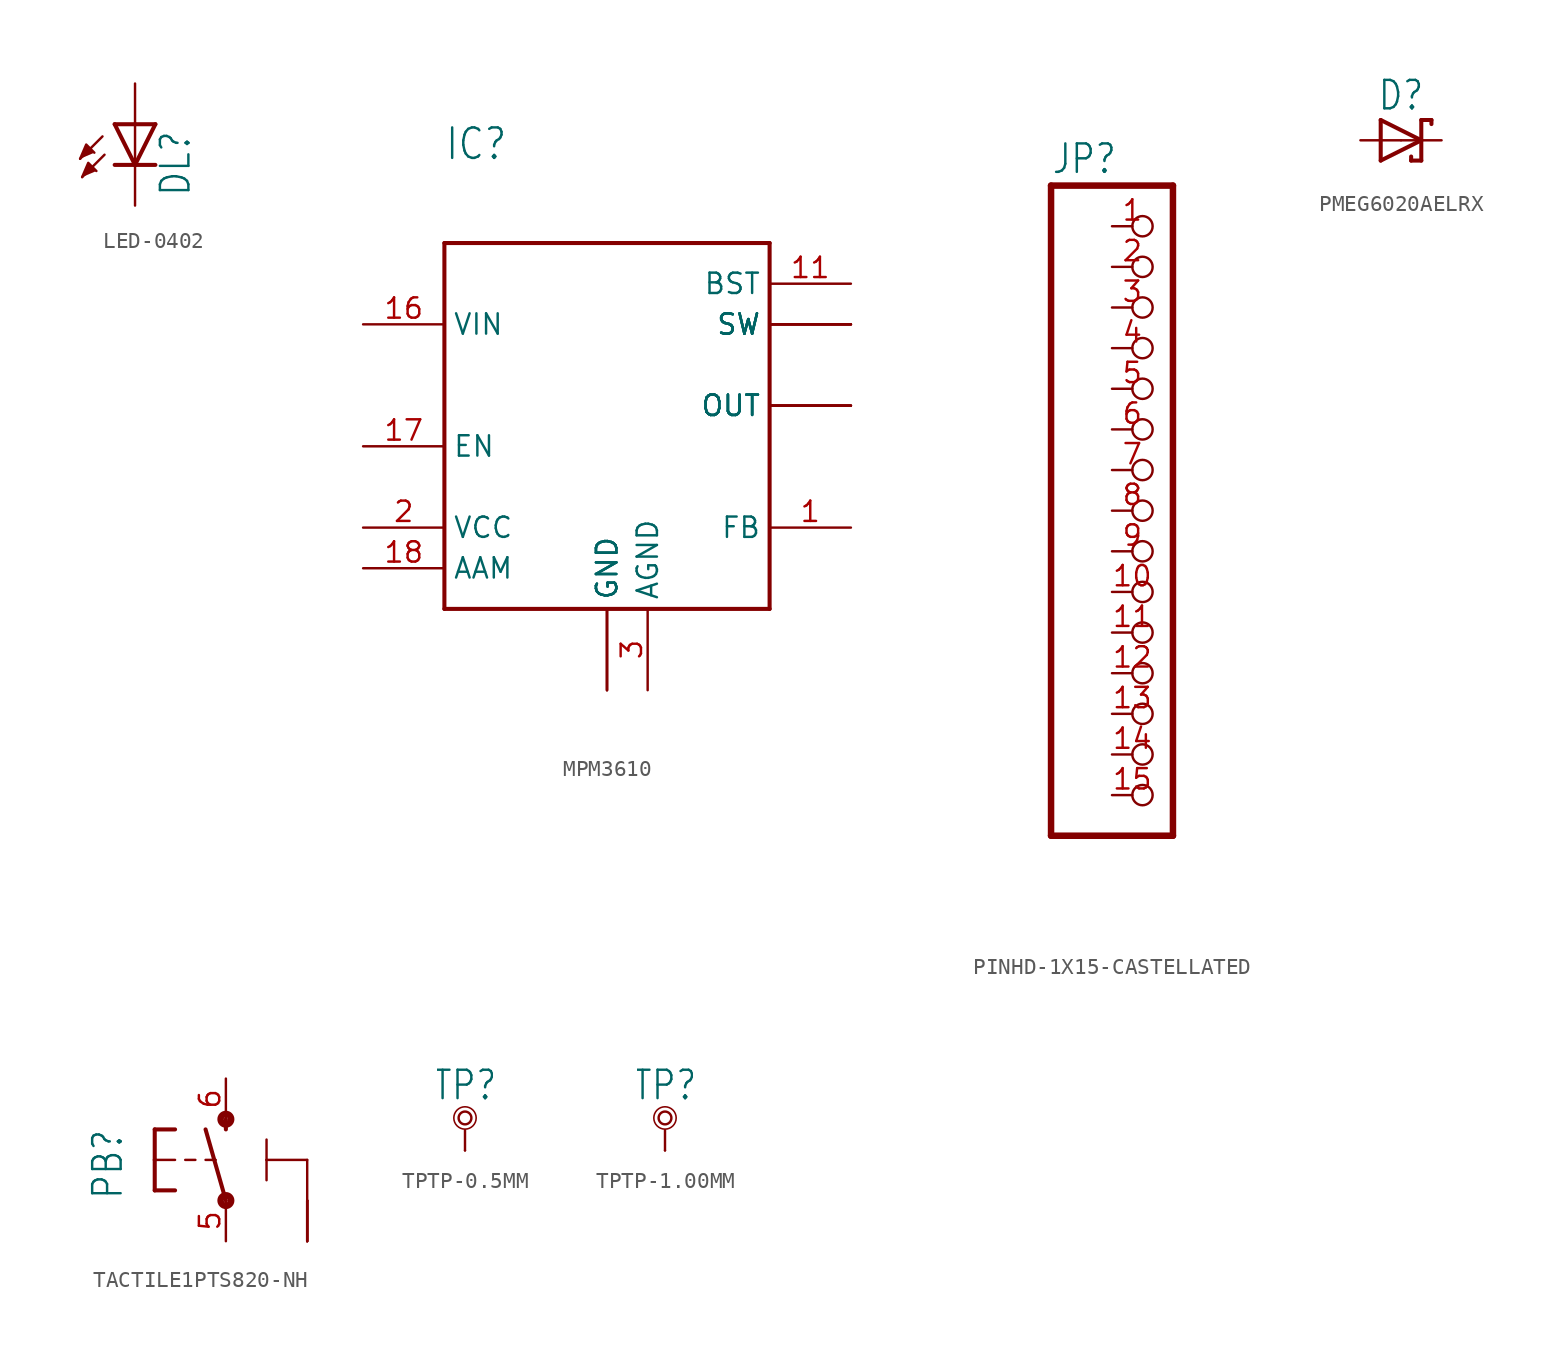
<source format=kicad_sym>
(kicad_symbol_lib
  (version 20231120)
  (generator "kicad_symbol_editor")
  (generator_version "8.0")
  (symbol "LED-0402"
    (property "Reference" "DL"
      (at 3.556 -4.572 90)
      (effects (font (size 1.778 1.511)) (justify left bottom)))
    (property "Value" ""
      (at 5.715 -4.572 90)
      (effects (font (size 1.778 1.511)) (justify left bottom)))
    (property "ki_locked" ""
      (at 0 0 0)
      (effects (font (size 1.27 1.27))))
    (symbol "LED-0402_1_0"
      (polyline (pts (xy -2.032 -0.762) (xy -3.429 -2.159)) (stroke (width 0.152) (type solid)) (fill (type none)))
      (polyline (pts (xy -1.905 -1.905) (xy -3.302 -3.302)) (stroke (width 0.152) (type solid)) (fill (type none)))
      (polyline (pts (xy 0 -2.54) (xy -1.27 -2.54)) (stroke (width 0.254) (type solid)) (fill (type none)))
      (polyline (pts (xy 0 -2.54) (xy -1.27 0)) (stroke (width 0.254) (type solid)) (fill (type none)))
      (polyline (pts (xy 0 0) (xy -1.27 0)) (stroke (width 0.254) (type solid)) (fill (type none)))
      (polyline (pts (xy 0 0) (xy 0 -2.54)) (stroke (width 0.152) (type solid)) (fill (type none)))
      (polyline (pts (xy 1.27 -2.54) (xy 0 -2.54)) (stroke (width 0.254) (type solid)) (fill (type none)))
      (polyline (pts (xy 1.27 0) (xy 0 -2.54)) (stroke (width 0.254) (type solid)) (fill (type none)))
      (polyline (pts (xy 1.27 0) (xy 0 0)) (stroke (width 0.254) (type solid)) (fill (type none)))
      (polyline (pts (xy -3.429 -2.159) (xy -3.048 -1.27) (xy -2.54 -1.778)) (stroke (width 0.152) (type solid)) (fill (type outline)))
      (polyline (pts (xy -3.302 -3.302) (xy -2.921 -2.413) (xy -2.413 -2.921)) (stroke (width 0.152) (type solid)) (fill (type outline)))
      (pin passive line (at 0 2.54 270) (length 2.54) (name "A" (effects (font (size 0 0)))) (number "A" (effects (font (size 0 0)))))
      (pin passive line (at 0 -5.08 90) (length 2.54) (name "C" (effects (font (size 0 0)))) (number "C" (effects (font (size 0 0)))))))
  (symbol "MPM3610"
    (property "Reference" "IC"
      (at -10.16 15.24 0)
      (effects (font (size 1.905 1.619)) (justify left bottom)))
    (property "Value" ""
      (at -10.16 12.7 0)
      (effects (font (size 1.905 1.619)) (justify left bottom)))
    (property "ki_locked" ""
      (at 0 0 0)
      (effects (font (size 1.27 1.27))))
    (symbol "MPM3610_1_0"
      (polyline (pts (xy -10.16 -12.7) (xy 10.16 -12.7)) (stroke (width 0.254) (type solid)) (fill (type none)))
      (polyline (pts (xy -10.16 10.16) (xy -10.16 -12.7)) (stroke (width 0.254) (type solid)) (fill (type none)))
      (polyline (pts (xy 10.16 -12.7) (xy 10.16 10.16)) (stroke (width 0.254) (type solid)) (fill (type none)))
      (polyline (pts (xy 10.16 10.16) (xy -10.16 10.16)) (stroke (width 0.254) (type solid)) (fill (type none)))
      (pin bidirectional line (at 15.24 -7.62 180) (length 5.08) (name "FB" (effects (font (size 1.27 1.27)))) (number "1" (effects (font (size 1.27 1.27)))))
      (pin bidirectional line (at 15.24 7.62 180) (length 5.08) (name "BST" (effects (font (size 1.27 1.27)))) (number "11" (effects (font (size 1.27 1.27)))))
      (pin bidirectional line (at 0 -17.78 90) (length 5.08) (name "GND" (effects (font (size 1.27 1.27)))) (number "12" (effects (font (size 0 0)))))
      (pin bidirectional line (at 0 -17.78 90) (length 5.08) (name "GND" (effects (font (size 1.27 1.27)))) (number "13" (effects (font (size 0 0)))))
      (pin bidirectional line (at 0 -17.78 90) (length 5.08) (name "GND" (effects (font (size 1.27 1.27)))) (number "14" (effects (font (size 0 0)))))
      (pin bidirectional line (at -15.24 5.08 0) (length 5.08) (name "VIN" (effects (font (size 1.27 1.27)))) (number "16" (effects (font (size 1.27 1.27)))))
      (pin bidirectional line (at -15.24 -2.54 0) (length 5.08) (name "EN" (effects (font (size 1.27 1.27)))) (number "17" (effects (font (size 1.27 1.27)))))
      (pin bidirectional line (at -15.24 -10.16 0) (length 5.08) (name "AAM" (effects (font (size 1.27 1.27)))) (number "18" (effects (font (size 1.27 1.27)))))
      (pin bidirectional line (at 15.24 5.08 180) (length 5.08) (name "SW" (effects (font (size 1.27 1.27)))) (number "19" (effects (font (size 0 0)))))
      (pin bidirectional line (at -15.24 -7.62 0) (length 5.08) (name "VCC" (effects (font (size 1.27 1.27)))) (number "2" (effects (font (size 1.27 1.27)))))
      (pin bidirectional line (at 15.24 0 180) (length 5.08) (name "OUT" (effects (font (size 1.27 1.27)))) (number "20" (effects (font (size 0 0)))))
      (pin bidirectional line (at 2.54 -17.78 90) (length 5.08) (name "AGND" (effects (font (size 1.27 1.27)))) (number "3" (effects (font (size 1.27 1.27)))))
      (pin bidirectional line (at 15.24 5.08 180) (length 5.08) (name "SW" (effects (font (size 1.27 1.27)))) (number "4" (effects (font (size 0 0)))))
      (pin bidirectional line (at 15.24 5.08 180) (length 5.08) (name "SW" (effects (font (size 1.27 1.27)))) (number "5" (effects (font (size 0 0)))))
      (pin bidirectional line (at 15.24 5.08 180) (length 5.08) (name "SW" (effects (font (size 1.27 1.27)))) (number "6" (effects (font (size 0 0)))))
      (pin bidirectional line (at 15.24 0 180) (length 5.08) (name "OUT" (effects (font (size 1.27 1.27)))) (number "7" (effects (font (size 0 0)))))
      (pin bidirectional line (at 15.24 0 180) (length 5.08) (name "OUT" (effects (font (size 1.27 1.27)))) (number "8" (effects (font (size 0 0)))))
      (pin bidirectional line (at 15.24 0 180) (length 5.08) (name "OUT" (effects (font (size 1.27 1.27)))) (number "9" (effects (font (size 0 0)))))))
  (symbol "PINHD-1X15-CASTELLATED"
    (property "Reference" "JP"
      (at -6.35 20.955 0)
      (effects (font (size 1.778 1.511)) (justify left bottom)))
    (property "Value" ""
      (at -6.35 -22.86 0)
      (effects (font (size 1.778 1.511)) (justify left bottom)))
    (property "ki_locked" ""
      (at 0 0 0)
      (effects (font (size 1.27 1.27))))
    (symbol "PINHD-1X15-CASTELLATED_1_0"
      (polyline (pts (xy -6.35 -20.32) (xy 1.27 -20.32)) (stroke (width 0.406) (type solid)) (fill (type none)))
      (polyline (pts (xy -6.35 20.32) (xy -6.35 -20.32)) (stroke (width 0.406) (type solid)) (fill (type none)))
      (polyline (pts (xy 1.27 -20.32) (xy 1.27 20.32)) (stroke (width 0.406) (type solid)) (fill (type none)))
      (polyline (pts (xy 1.27 20.32) (xy -6.35 20.32)) (stroke (width 0.406) (type solid)) (fill (type none)))
      (pin passive inverted (at -2.54 17.78 0) (length 2.54) (name "1" (effects (font (size 0 0)))) (number "1" (effects (font (size 1.27 1.27)))))
      (pin passive inverted (at -2.54 -5.08 0) (length 2.54) (name "10" (effects (font (size 0 0)))) (number "10" (effects (font (size 1.27 1.27)))))
      (pin passive inverted (at -2.54 -7.62 0) (length 2.54) (name "11" (effects (font (size 0 0)))) (number "11" (effects (font (size 1.27 1.27)))))
      (pin passive inverted (at -2.54 -10.16 0) (length 2.54) (name "12" (effects (font (size 0 0)))) (number "12" (effects (font (size 1.27 1.27)))))
      (pin passive inverted (at -2.54 -12.7 0) (length 2.54) (name "13" (effects (font (size 0 0)))) (number "13" (effects (font (size 1.27 1.27)))))
      (pin passive inverted (at -2.54 -15.24 0) (length 2.54) (name "14" (effects (font (size 0 0)))) (number "14" (effects (font (size 1.27 1.27)))))
      (pin passive inverted (at -2.54 -17.78 0) (length 2.54) (name "15" (effects (font (size 0 0)))) (number "15" (effects (font (size 1.27 1.27)))))
      (pin passive inverted (at -2.54 15.24 0) (length 2.54) (name "2" (effects (font (size 0 0)))) (number "2" (effects (font (size 1.27 1.27)))))
      (pin passive inverted (at -2.54 12.7 0) (length 2.54) (name "3" (effects (font (size 0 0)))) (number "3" (effects (font (size 1.27 1.27)))))
      (pin passive inverted (at -2.54 10.16 0) (length 2.54) (name "4" (effects (font (size 0 0)))) (number "4" (effects (font (size 1.27 1.27)))))
      (pin passive inverted (at -2.54 7.62 0) (length 2.54) (name "5" (effects (font (size 0 0)))) (number "5" (effects (font (size 1.27 1.27)))))
      (pin passive inverted (at -2.54 5.08 0) (length 2.54) (name "6" (effects (font (size 0 0)))) (number "6" (effects (font (size 1.27 1.27)))))
      (pin passive inverted (at -2.54 2.54 0) (length 2.54) (name "7" (effects (font (size 0 0)))) (number "7" (effects (font (size 1.27 1.27)))))
      (pin passive inverted (at -2.54 0 0) (length 2.54) (name "8" (effects (font (size 0 0)))) (number "8" (effects (font (size 1.27 1.27)))))
      (pin passive inverted (at -2.54 -2.54 0) (length 2.54) (name "9" (effects (font (size 0 0)))) (number "9" (effects (font (size 1.27 1.27)))))))
  (symbol "PMEG6020AELRX"
    (property "Reference" "D"
      (at 0 1.778 0)
      (effects (font (size 1.778 1.511)) (justify bottom)))
    (property "Value" ""
      (at 0 -1.778 0)
      (effects (font (size 1.778 1.511)) (justify top)))
    (property "ki_locked" ""
      (at 0 0 0)
      (effects (font (size 1.27 1.27))))
    (symbol "PMEG6020AELRX_1_0"
      (polyline (pts (xy -1.27 -1.27) (xy 1.27 0)) (stroke (width 0.254) (type solid)) (fill (type none)))
      (polyline (pts (xy -1.27 1.27) (xy -1.27 -1.27)) (stroke (width 0.254) (type solid)) (fill (type none)))
      (polyline (pts (xy 0.635 -1.016) (xy 0.635 -1.27)) (stroke (width 0.254) (type solid)) (fill (type none)))
      (polyline (pts (xy 1.27 -1.27) (xy 0.635 -1.27)) (stroke (width 0.254) (type solid)) (fill (type none)))
      (polyline (pts (xy 1.27 0) (xy -1.27 1.27)) (stroke (width 0.254) (type solid)) (fill (type none)))
      (polyline (pts (xy 1.27 0) (xy 1.27 -1.27)) (stroke (width 0.254) (type solid)) (fill (type none)))
      (polyline (pts (xy 1.27 1.27) (xy 1.27 0)) (stroke (width 0.254) (type solid)) (fill (type none)))
      (polyline (pts (xy 1.905 1.27) (xy 1.27 1.27)) (stroke (width 0.254) (type solid)) (fill (type none)))
      (polyline (pts (xy 1.905 1.27) (xy 1.905 1.016)) (stroke (width 0.254) (type solid)) (fill (type none)))
      (pin passive line (at -2.54 0 0) (length 2.54) (name "A" (effects (font (size 0 0)))) (number "A" (effects (font (size 0 0)))))
      (pin passive line (at 2.54 0 180) (length 2.54) (name "C" (effects (font (size 0 0)))) (number "C" (effects (font (size 0 0)))))))
  (symbol "TACTILE1PTS820-NH"
    (property "Reference" "PB"
      (at -6.35 -2.54 90)
      (effects (font (size 1.778 1.511)) (justify left bottom)))
    (property "ki_locked" ""
      (at 0 0 0)
      (effects (font (size 1.27 1.27))))
    (symbol "TACTILE1PTS820-NH_1_0"
      (circle (center 0 -2.54) (radius 0.127) (stroke (width 0.406) (type solid)) (fill (type none)))
      (polyline (pts (xy -4.445 -1.905) (xy -3.175 -1.905)) (stroke (width 0.254) (type solid)) (fill (type none)))
      (polyline (pts (xy -4.445 0) (xy -4.445 -1.905)) (stroke (width 0.254) (type solid)) (fill (type none)))
      (polyline (pts (xy -4.445 0) (xy -3.175 0)) (stroke (width 0.152) (type solid)) (fill (type none)))
      (polyline (pts (xy -4.445 1.905) (xy -4.445 0)) (stroke (width 0.254) (type solid)) (fill (type none)))
      (polyline (pts (xy -4.445 1.905) (xy -3.175 1.905)) (stroke (width 0.254) (type solid)) (fill (type none)))
      (polyline (pts (xy -2.54 0) (xy -1.905 0)) (stroke (width 0.152) (type solid)) (fill (type none)))
      (polyline (pts (xy -1.27 0) (xy -0.635 0)) (stroke (width 0.152) (type solid)) (fill (type none)))
      (polyline (pts (xy 0 -2.54) (xy -1.27 1.905)) (stroke (width 0.254) (type solid)) (fill (type none)))
      (polyline (pts (xy 0 1.905) (xy 0 2.54)) (stroke (width 0.254) (type solid)) (fill (type none)))
      (polyline (pts (xy 2.54 0) (xy 2.54 -1.27)) (stroke (width 0.152) (type solid)) (fill (type none)))
      (polyline (pts (xy 2.54 0) (xy 2.54 1.27)) (stroke (width 0.152) (type solid)) (fill (type none)))
      (polyline (pts (xy 5.08 -2.54) (xy 5.08 0)) (stroke (width 0.152) (type solid)) (fill (type none)))
      (polyline (pts (xy 5.08 0) (xy 2.54 0)) (stroke (width 0.152) (type solid)) (fill (type none)))
      (circle (center 0 2.54) (radius 0.127) (stroke (width 0.406) (type solid)) (fill (type none)))
      (pin power_in line (at 5.08 -5.08 90) (length 2.54) (name "3" (effects (font (size 0 0)))) (number "1" (effects (font (size 0 0)))))
      (pin power_in line (at 5.08 -5.08 90) (length 2.54) (name "3" (effects (font (size 0 0)))) (number "2" (effects (font (size 0 0)))))
      (pin power_in line (at 5.08 -5.08 90) (length 2.54) (name "3" (effects (font (size 0 0)))) (number "3" (effects (font (size 0 0)))))
      (pin power_in line (at 5.08 -5.08 90) (length 2.54) (name "3" (effects (font (size 0 0)))) (number "4" (effects (font (size 0 0)))))
      (pin passive line (at 0 -5.08 90) (length 2.54) (name "1" (effects (font (size 0 0)))) (number "5" (effects (font (size 1.27 1.27)))))
      (pin passive line (at 0 5.08 270) (length 2.54) (name "2" (effects (font (size 0 0)))) (number "6" (effects (font (size 1.27 1.27)))))))
  (symbol "TPTP-0.5MM"
    (property "Reference" "TP"
      (at 0 0.508 0)
      (effects (font (size 1.778 1.511)) (justify bottom)))
    (property "ki_locked" ""
      (at 0 0 0)
      (effects (font (size 1.27 1.27))))
    (symbol "TPTP-0.5MM_1_0"
      (circle (center 0 -0.508) (radius 0.4) (stroke (width 0) (type solid)) (fill (type none)))
      (circle (center 0 -0.508) (radius 0.7) (stroke (width 0.1) (type solid)) (fill (type none)))
      (polyline (pts (xy 0 -2.54) (xy 0 -1.27)) (stroke (width 0.152) (type solid)) (fill (type none)))
      (pin passive line (at 0 -2.54 90) (length 0) (name "P$1" (effects (font (size 0 0)))) (number "X" (effects (font (size 0 0)))))))
  (symbol "TPTP-1.00MM"
    (property "Reference" "TP"
      (at 0 0.508 0)
      (effects (font (size 1.778 1.511)) (justify bottom)))
    (property "ki_locked" ""
      (at 0 0 0)
      (effects (font (size 1.27 1.27))))
    (symbol "TPTP-1.00MM_1_0"
      (circle (center 0 -0.508) (radius 0.4) (stroke (width 0) (type solid)) (fill (type none)))
      (circle (center 0 -0.508) (radius 0.7) (stroke (width 0.1) (type solid)) (fill (type none)))
      (polyline (pts (xy 0 -2.54) (xy 0 -1.27)) (stroke (width 0.152) (type solid)) (fill (type none)))
      (pin passive line (at 0 -2.54 90) (length 0) (name "P$1" (effects (font (size 0 0)))) (number "X" (effects (font (size 0 0))))))))
</source>
